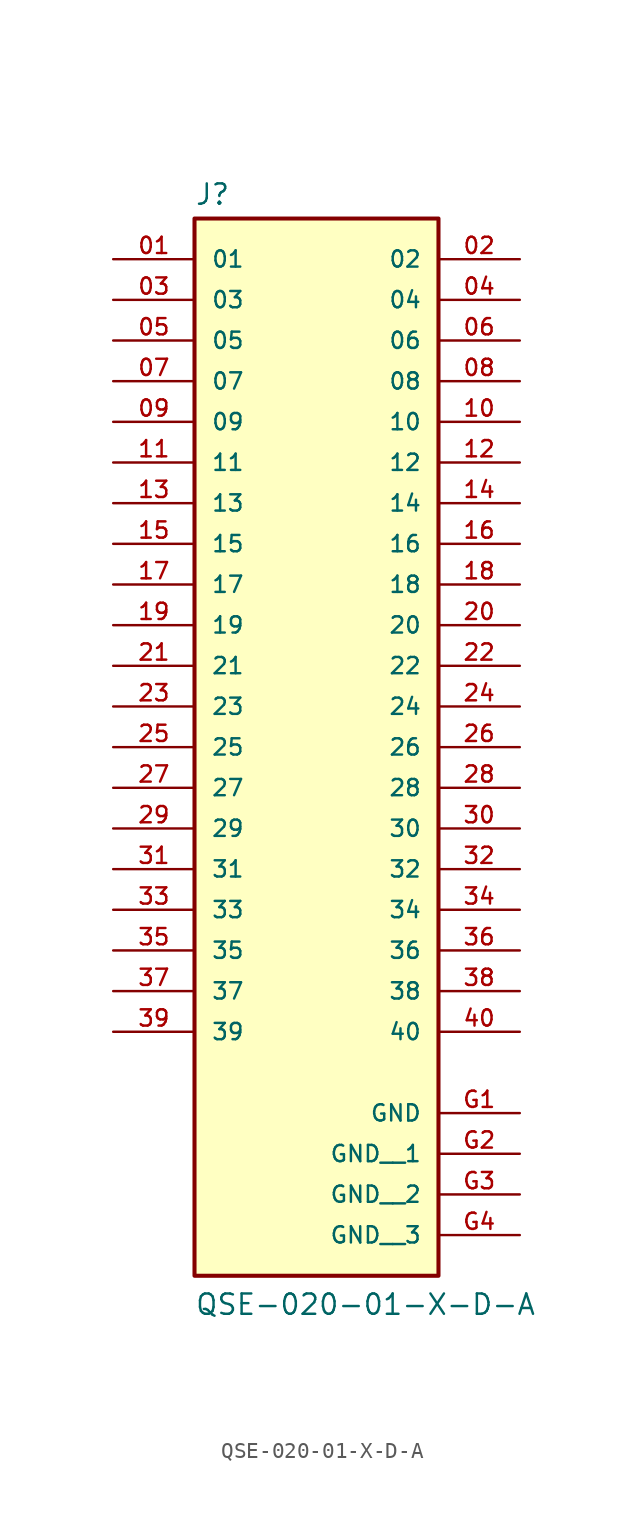
<source format=kicad_sym>
(kicad_symbol_lib
  (version 20220914)
  (generator kicad_symbol_editor)
  (symbol "QSE-020-01-X-D-A"
    (pin_names
      (offset 1.016))
    (property "Reference" "J"
      (at -7.62 28.702 0)
      (effects (font (size 1.27 1.27)) (justify left bottom)))
    (property "Value" "QSE-020-01-X-D-A"
      (at -7.62 -40.64 0)
      (effects (font (size 1.27 1.27)) (justify left bottom)))
    (property "ki_locked" ""
      (at 0 0 0)
      (effects (font (size 1.27 1.27))))
    (symbol "QSE-020-01-X-D-A_0_0"
      (rectangle (start -7.62 -38.1) (end 7.62 27.94) (stroke (width 0.254) (type solid)) (fill (type background)))
      (pin passive line (at -12.7 25.4 0) (length 5.08) (name "01" (effects (font (size 1.016 1.016)))) (number "01" (effects (font (size 1.016 1.016)))))
      (pin passive line (at 12.7 25.4 180) (length 5.08) (name "02" (effects (font (size 1.016 1.016)))) (number "02" (effects (font (size 1.016 1.016)))))
      (pin passive line (at -12.7 22.86 0) (length 5.08) (name "03" (effects (font (size 1.016 1.016)))) (number "03" (effects (font (size 1.016 1.016)))))
      (pin passive line (at 12.7 22.86 180) (length 5.08) (name "04" (effects (font (size 1.016 1.016)))) (number "04" (effects (font (size 1.016 1.016)))))
      (pin passive line (at -12.7 20.32 0) (length 5.08) (name "05" (effects (font (size 1.016 1.016)))) (number "05" (effects (font (size 1.016 1.016)))))
      (pin passive line (at 12.7 20.32 180) (length 5.08) (name "06" (effects (font (size 1.016 1.016)))) (number "06" (effects (font (size 1.016 1.016)))))
      (pin passive line (at -12.7 17.78 0) (length 5.08) (name "07" (effects (font (size 1.016 1.016)))) (number "07" (effects (font (size 1.016 1.016)))))
      (pin passive line (at 12.7 17.78 180) (length 5.08) (name "08" (effects (font (size 1.016 1.016)))) (number "08" (effects (font (size 1.016 1.016)))))
      (pin passive line (at -12.7 15.24 0) (length 5.08) (name "09" (effects (font (size 1.016 1.016)))) (number "09" (effects (font (size 1.016 1.016)))))
      (pin passive line (at 12.7 15.24 180) (length 5.08) (name "10" (effects (font (size 1.016 1.016)))) (number "10" (effects (font (size 1.016 1.016)))))
      (pin passive line (at -12.7 12.7 0) (length 5.08) (name "11" (effects (font (size 1.016 1.016)))) (number "11" (effects (font (size 1.016 1.016)))))
      (pin passive line (at 12.7 12.7 180) (length 5.08) (name "12" (effects (font (size 1.016 1.016)))) (number "12" (effects (font (size 1.016 1.016)))))
      (pin passive line (at -12.7 10.16 0) (length 5.08) (name "13" (effects (font (size 1.016 1.016)))) (number "13" (effects (font (size 1.016 1.016)))))
      (pin passive line (at 12.7 10.16 180) (length 5.08) (name "14" (effects (font (size 1.016 1.016)))) (number "14" (effects (font (size 1.016 1.016)))))
      (pin passive line (at -12.7 7.62 0) (length 5.08) (name "15" (effects (font (size 1.016 1.016)))) (number "15" (effects (font (size 1.016 1.016)))))
      (pin passive line (at 12.7 7.62 180) (length 5.08) (name "16" (effects (font (size 1.016 1.016)))) (number "16" (effects (font (size 1.016 1.016)))))
      (pin passive line (at -12.7 5.08 0) (length 5.08) (name "17" (effects (font (size 1.016 1.016)))) (number "17" (effects (font (size 1.016 1.016)))))
      (pin passive line (at 12.7 5.08 180) (length 5.08) (name "18" (effects (font (size 1.016 1.016)))) (number "18" (effects (font (size 1.016 1.016)))))
      (pin passive line (at -12.7 2.54 0) (length 5.08) (name "19" (effects (font (size 1.016 1.016)))) (number "19" (effects (font (size 1.016 1.016)))))
      (pin passive line (at 12.7 2.54 180) (length 5.08) (name "20" (effects (font (size 1.016 1.016)))) (number "20" (effects (font (size 1.016 1.016)))))
      (pin passive line (at -12.7 0 0) (length 5.08) (name "21" (effects (font (size 1.016 1.016)))) (number "21" (effects (font (size 1.016 1.016)))))
      (pin passive line (at 12.7 0 180) (length 5.08) (name "22" (effects (font (size 1.016 1.016)))) (number "22" (effects (font (size 1.016 1.016)))))
      (pin passive line (at -12.7 -2.54 0) (length 5.08) (name "23" (effects (font (size 1.016 1.016)))) (number "23" (effects (font (size 1.016 1.016)))))
      (pin passive line (at 12.7 -2.54 180) (length 5.08) (name "24" (effects (font (size 1.016 1.016)))) (number "24" (effects (font (size 1.016 1.016)))))
      (pin passive line (at -12.7 -5.08 0) (length 5.08) (name "25" (effects (font (size 1.016 1.016)))) (number "25" (effects (font (size 1.016 1.016)))))
      (pin passive line (at 12.7 -5.08 180) (length 5.08) (name "26" (effects (font (size 1.016 1.016)))) (number "26" (effects (font (size 1.016 1.016)))))
      (pin passive line (at -12.7 -7.62 0) (length 5.08) (name "27" (effects (font (size 1.016 1.016)))) (number "27" (effects (font (size 1.016 1.016)))))
      (pin passive line (at 12.7 -7.62 180) (length 5.08) (name "28" (effects (font (size 1.016 1.016)))) (number "28" (effects (font (size 1.016 1.016)))))
      (pin passive line (at -12.7 -10.16 0) (length 5.08) (name "29" (effects (font (size 1.016 1.016)))) (number "29" (effects (font (size 1.016 1.016)))))
      (pin passive line (at 12.7 -10.16 180) (length 5.08) (name "30" (effects (font (size 1.016 1.016)))) (number "30" (effects (font (size 1.016 1.016)))))
      (pin passive line (at -12.7 -12.7 0) (length 5.08) (name "31" (effects (font (size 1.016 1.016)))) (number "31" (effects (font (size 1.016 1.016)))))
      (pin passive line (at 12.7 -12.7 180) (length 5.08) (name "32" (effects (font (size 1.016 1.016)))) (number "32" (effects (font (size 1.016 1.016)))))
      (pin passive line (at -12.7 -15.24 0) (length 5.08) (name "33" (effects (font (size 1.016 1.016)))) (number "33" (effects (font (size 1.016 1.016)))))
      (pin passive line (at 12.7 -15.24 180) (length 5.08) (name "34" (effects (font (size 1.016 1.016)))) (number "34" (effects (font (size 1.016 1.016)))))
      (pin passive line (at -12.7 -17.78 0) (length 5.08) (name "35" (effects (font (size 1.016 1.016)))) (number "35" (effects (font (size 1.016 1.016)))))
      (pin passive line (at 12.7 -17.78 180) (length 5.08) (name "36" (effects (font (size 1.016 1.016)))) (number "36" (effects (font (size 1.016 1.016)))))
      (pin passive line (at -12.7 -20.32 0) (length 5.08) (name "37" (effects (font (size 1.016 1.016)))) (number "37" (effects (font (size 1.016 1.016)))))
      (pin passive line (at 12.7 -20.32 180) (length 5.08) (name "38" (effects (font (size 1.016 1.016)))) (number "38" (effects (font (size 1.016 1.016)))))
      (pin passive line (at -12.7 -22.86 0) (length 5.08) (name "39" (effects (font (size 1.016 1.016)))) (number "39" (effects (font (size 1.016 1.016)))))
      (pin passive line (at 12.7 -22.86 180) (length 5.08) (name "40" (effects (font (size 1.016 1.016)))) (number "40" (effects (font (size 1.016 1.016)))))
      (pin power_in line (at 12.7 -27.94 180) (length 5.08) (name "GND" (effects (font (size 1.016 1.016)))) (number "G1" (effects (font (size 1.016 1.016)))))
      (pin power_in line (at 12.7 -30.48 180) (length 5.08) (name "GND__1" (effects (font (size 1.016 1.016)))) (number "G2" (effects (font (size 1.016 1.016)))))
      (pin power_in line (at 12.7 -33.02 180) (length 5.08) (name "GND__2" (effects (font (size 1.016 1.016)))) (number "G3" (effects (font (size 1.016 1.016)))))
      (pin power_in line (at 12.7 -35.56 180) (length 5.08) (name "GND__3" (effects (font (size 1.016 1.016)))) (number "G4" (effects (font (size 1.016 1.016))))))))
</source>
